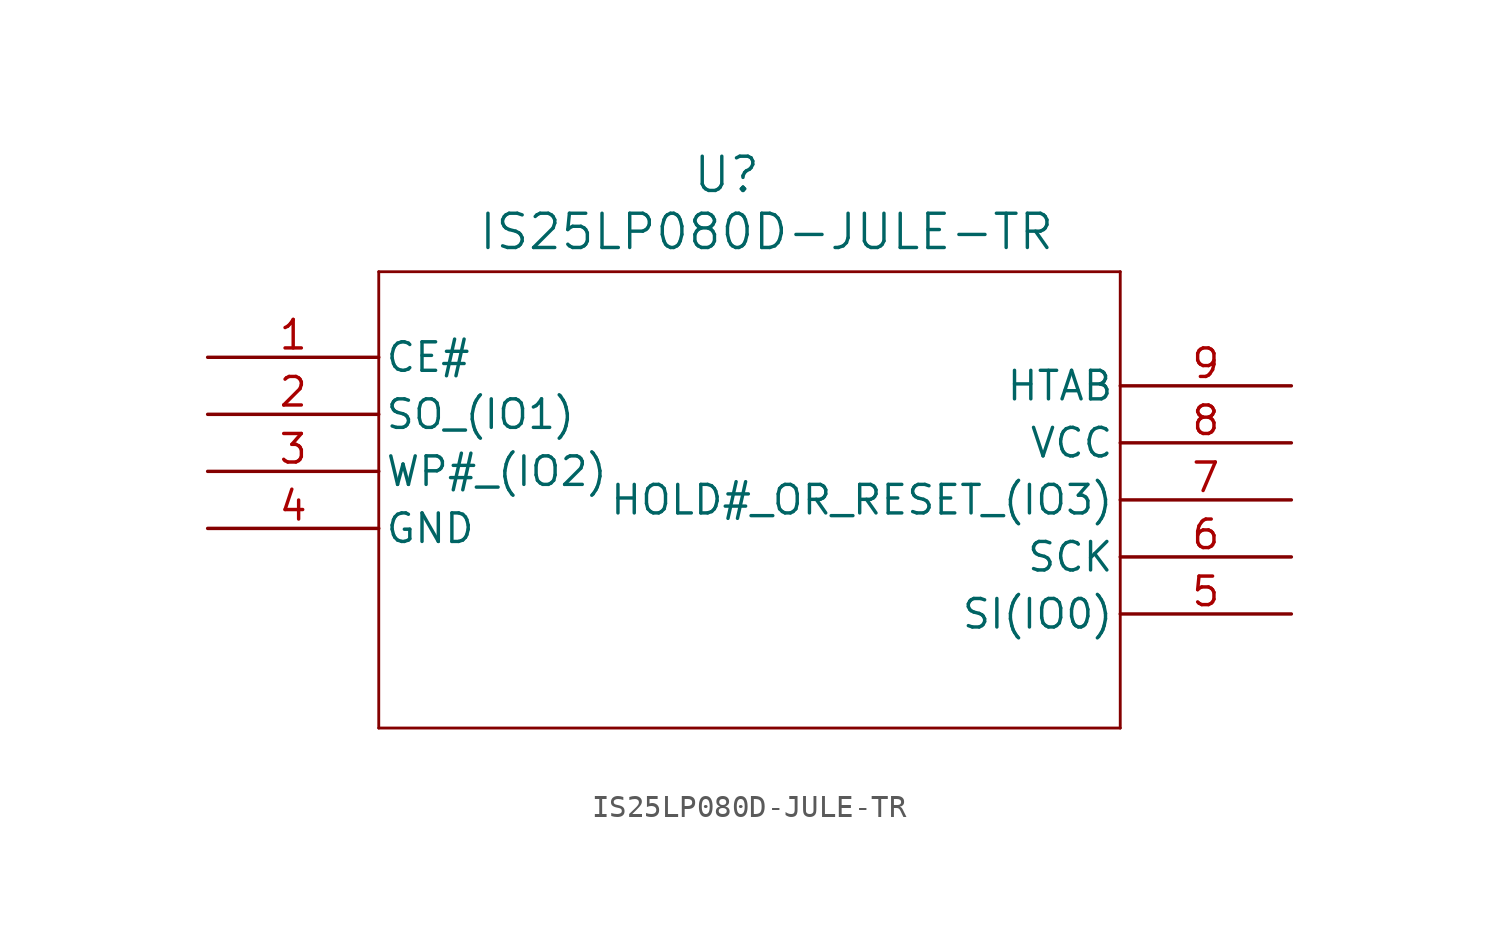
<source format=kicad_sym>
(kicad_symbol_lib
  (version 20241209)
  (generator "kicad_symbol_editor")
  (generator_version "9.0")
  (symbol "IS25LP080D-JULE-TR"
    (pin_names
      (offset 0.254))
    (property "Reference" "U"
      (at 32.004 24.638 0)
      (effects (font (size 1.524 1.524))))
    (property "Value" "IS25LP080D-JULE-TR"
      (at 33.782 22.098 0)
      (effects (font (size 1.524 1.524))))
    (property "ki_locked" ""
      (at 0 0 0)
      (effects (font (size 1.27 1.27))))
    (symbol "IS25LP080D-JULE-TR_0_1"
      (polyline (pts (xy 16.51 20.32) (xy 16.51 0)) (stroke (width 0.127) (type default)) (fill (type none)))
      (polyline (pts (xy 16.51 0) (xy 49.53 0)) (stroke (width 0.127) (type default)) (fill (type none)))
      (polyline (pts (xy 49.53 20.32) (xy 16.51 20.32)) (stroke (width 0.127) (type default)) (fill (type none)))
      (polyline (pts (xy 49.53 0) (xy 49.53 20.32)) (stroke (width 0.127) (type default)) (fill (type none)))
      (pin input line (at 8.89 16.51 0) (length 7.62) (name "CE#" (effects (font (size 1.27 1.27)))) (number "1" (effects (font (size 1.27 1.27)))))
      (pin bidirectional line (at 8.89 13.97 0) (length 7.62) (name "SO_(IO1)" (effects (font (size 1.27 1.27)))) (number "2" (effects (font (size 1.27 1.27)))))
      (pin bidirectional line (at 8.89 11.43 0) (length 7.62) (name "WP#_(IO2)" (effects (font (size 1.27 1.27)))) (number "3" (effects (font (size 1.27 1.27)))))
      (pin power_out line (at 8.89 8.89 0) (length 7.62) (name "GND" (effects (font (size 1.27 1.27)))) (number "4" (effects (font (size 1.27 1.27)))))
      (pin power_out line (at 57.15 15.24 180) (length 7.62) (name "HTAB" (effects (font (size 1.27 1.27)))) (number "9" (effects (font (size 1.27 1.27)))))
      (pin power_in line (at 57.15 12.7 180) (length 7.62) (name "VCC" (effects (font (size 1.27 1.27)))) (number "8" (effects (font (size 1.27 1.27)))))
      (pin bidirectional line (at 57.15 10.16 180) (length 7.62) (name "HOLD#_OR_RESET_(IO3)" (effects (font (size 1.27 1.27)))) (number "7" (effects (font (size 1.27 1.27)))))
      (pin input line (at 57.15 7.62 180) (length 7.62) (name "SCK" (effects (font (size 1.27 1.27)))) (number "6" (effects (font (size 1.27 1.27)))))
      (pin bidirectional line (at 57.15 5.08 180) (length 7.62) (name "SI(IO0)" (effects (font (size 1.27 1.27)))) (number "5" (effects (font (size 1.27 1.27))))))))
</source>
